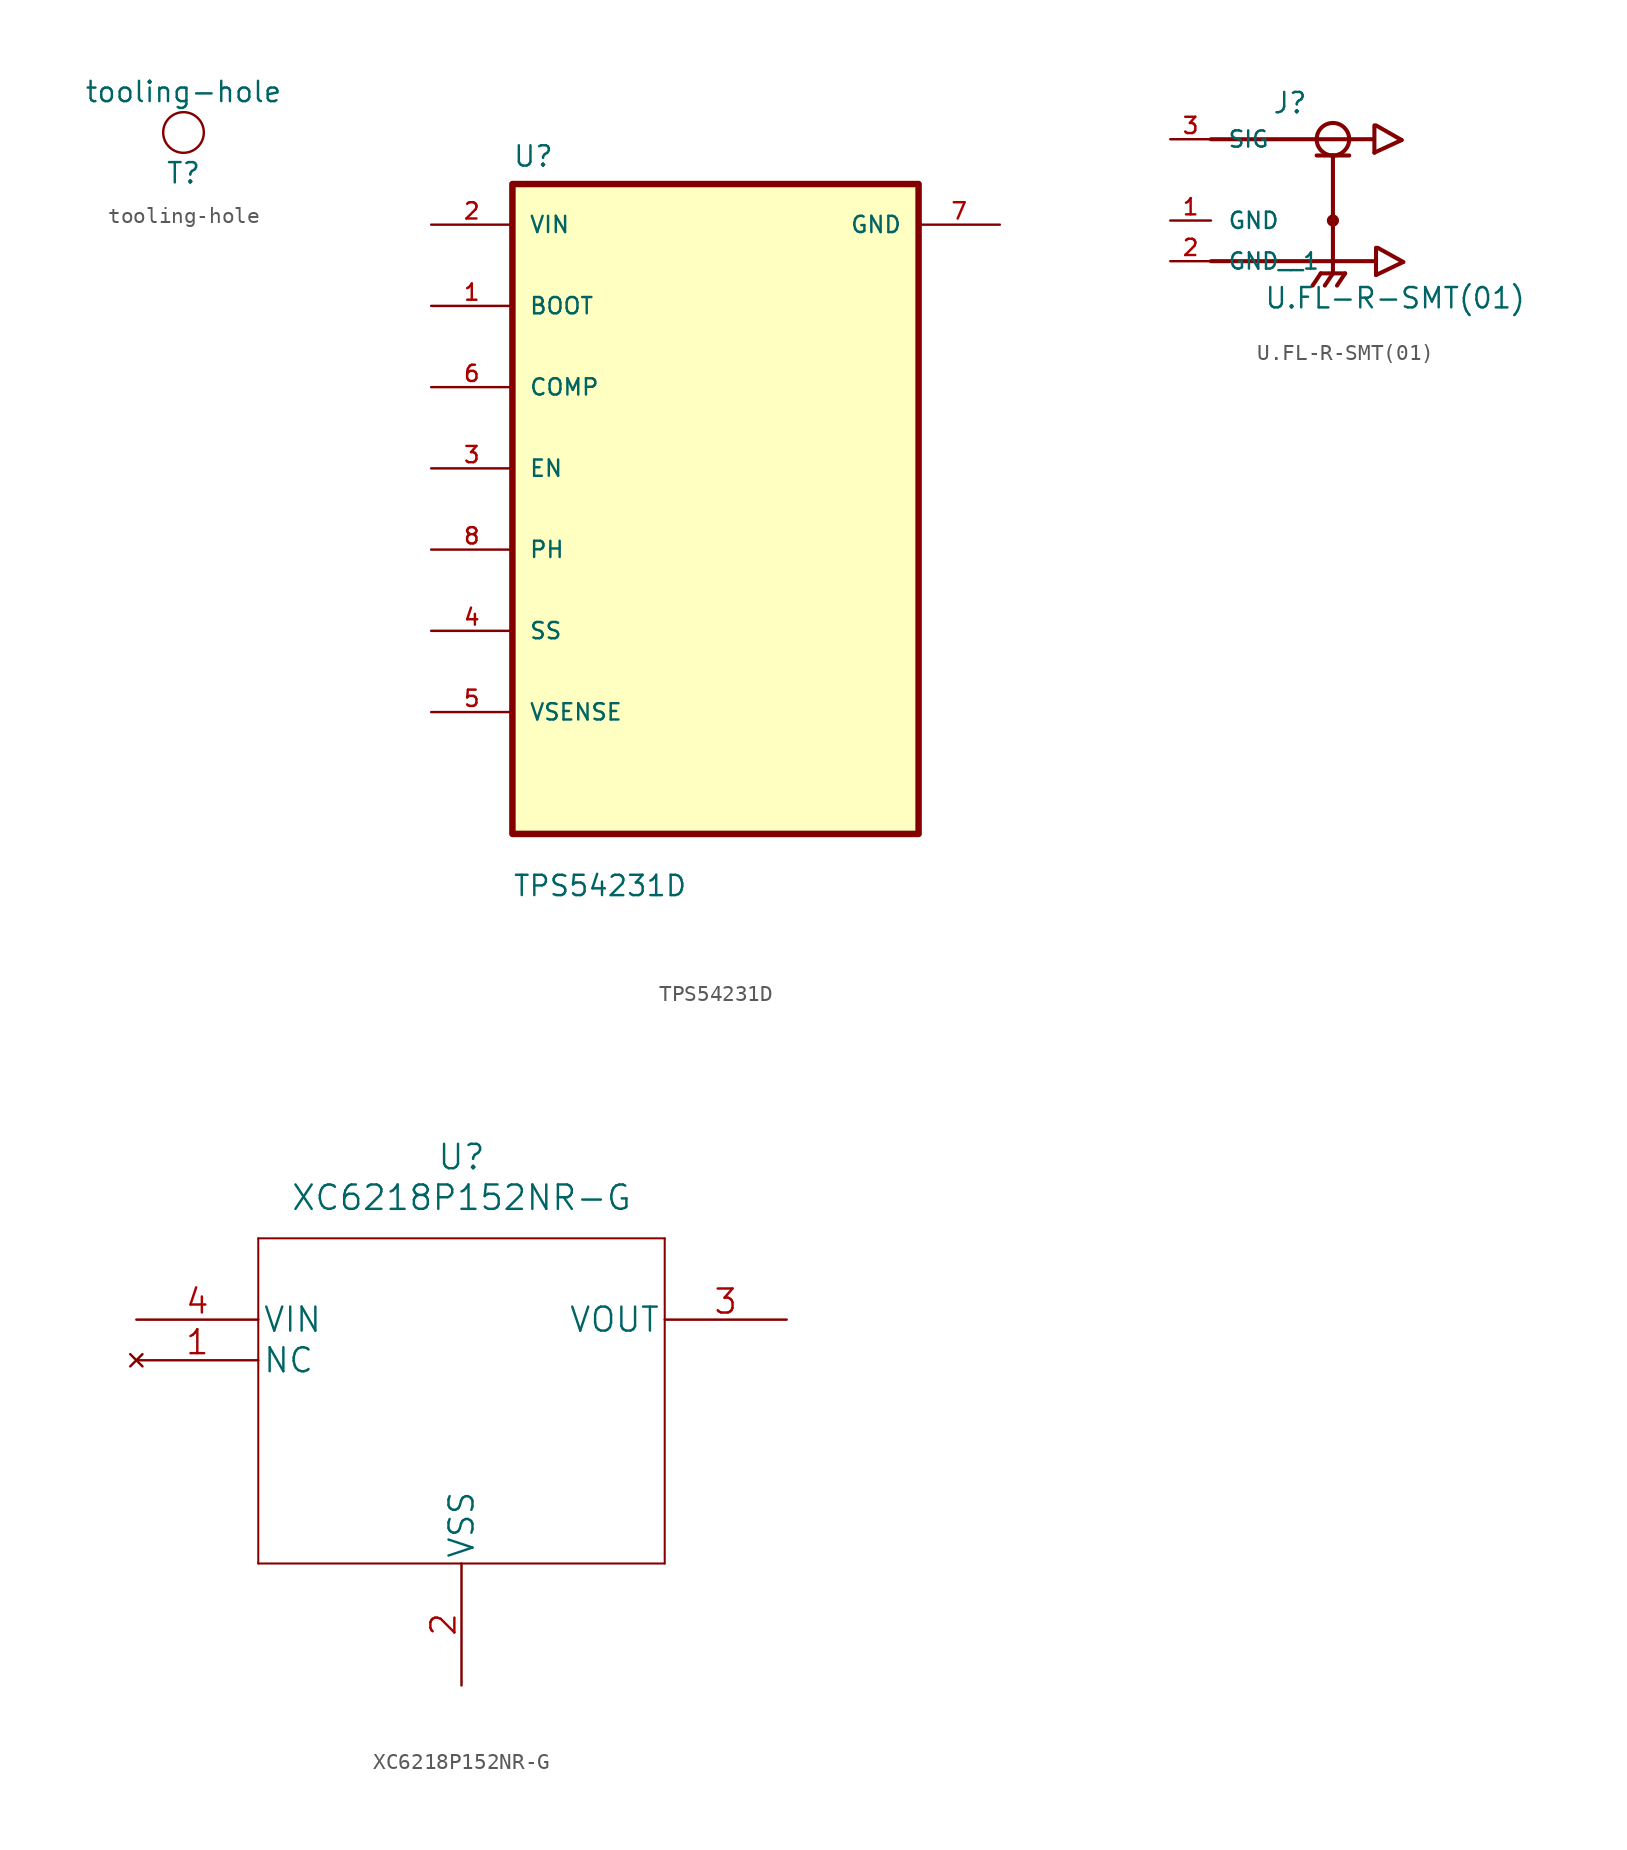
<source format=kicad_sym>
(kicad_symbol_lib
  (version 20211014)
  (generator kicad_symbol_editor)
  (symbol "tooling-hole"
    (pin_numbers hide)
    (pin_names
      (offset 0) hide)
    (property "Reference" "T"
      (at -1.27 -3.81 0)
      (effects (font (size 1.27 1.27))))
    (property "Value" "tooling-hole"
      (at -1.27 1.27 0)
      (effects (font (size 1.27 1.27))))
    (symbol "tooling-hole_0_1"
      (circle (center -1.27 -1.27) (radius 1.27) (stroke (width 0.152) (type default) (color 0 0 0 0)) (fill (type none)))))
  (symbol "TPS54231D"
    (pin_names
      (offset 1.016))
    (property "Reference" "U"
      (at -12.7 21.311 0)
      (effects (font (size 1.27 1.27)) (justify left bottom)))
    (property "Value" "TPS54231D"
      (at -12.7 -24.308 0)
      (effects (font (size 1.27 1.27)) (justify left bottom)))
    (property "ki_locked" ""
      (at 0 0 0)
      (effects (font (size 1.27 1.27))))
    (symbol "TPS54231D_0_0"
      (rectangle (start -12.7 -20.32) (end 12.7 20.32) (stroke (width 0.406) (type default) (color 0 0 0 0)) (fill (type background)))
      (pin bidirectional line (at -17.78 12.7 0) (length 5.08) (name "BOOT" (effects (font (size 1.016 1.016)))) (number "1" (effects (font (size 1.016 1.016)))))
      (pin input line (at -17.78 17.78 0) (length 5.08) (name "VIN" (effects (font (size 1.016 1.016)))) (number "2" (effects (font (size 1.016 1.016)))))
      (pin bidirectional line (at -17.78 2.54 0) (length 5.08) (name "EN" (effects (font (size 1.016 1.016)))) (number "3" (effects (font (size 1.016 1.016)))))
      (pin bidirectional line (at -17.78 -7.62 0) (length 5.08) (name "SS" (effects (font (size 1.016 1.016)))) (number "4" (effects (font (size 1.016 1.016)))))
      (pin bidirectional line (at -17.78 -12.7 0) (length 5.08) (name "VSENSE" (effects (font (size 1.016 1.016)))) (number "5" (effects (font (size 1.016 1.016)))))
      (pin bidirectional line (at -17.78 7.62 0) (length 5.08) (name "COMP" (effects (font (size 1.016 1.016)))) (number "6" (effects (font (size 1.016 1.016)))))
      (pin power_in line (at 17.78 17.78 180) (length 5.08) (name "GND" (effects (font (size 1.016 1.016)))) (number "7" (effects (font (size 1.016 1.016)))))
      (pin bidirectional line (at -17.78 -2.54 0) (length 5.08) (name "PH" (effects (font (size 1.016 1.016)))) (number "8" (effects (font (size 1.016 1.016)))))))
  (symbol "U.FL-R-SMT(01)"
    (pin_names
      (offset 1.016))
    (property "Reference" "J"
      (at -3.81 4.064 0)
      (effects (font (size 1.27 1.27)) (justify left bottom)))
    (property "Value" "U.FL-R-SMT(01)"
      (at -4.318 -8.128 0)
      (effects (font (size 1.27 1.27)) (justify left bottom)))
    (property "ki_locked" ""
      (at 0 0 0)
      (effects (font (size 1.27 1.27))))
    (symbol "U.FL-R-SMT(01)_0_0"
      (circle (center 0 -2.54) (radius 0.254) (stroke (width 0.254) (type default) (color 0 0 0 0)) (fill (type none)))
      (polyline (pts (xy -7.62 -5.08) (xy 0 -5.08)) (stroke (width 0.254) (type default) (color 0 0 0 0)) (fill (type none)))
      (polyline (pts (xy -7.62 2.54) (xy 2.54 2.54)) (stroke (width 0.254) (type default) (color 0 0 0 0)) (fill (type none)))
      (polyline (pts (xy -1.016 1.524) (xy 0 1.524)) (stroke (width 0.254) (type default) (color 0 0 0 0)) (fill (type none)))
      (polyline (pts (xy -0.762 -5.842) (xy -1.27 -6.604)) (stroke (width 0.254) (type default) (color 0 0 0 0)) (fill (type none)))
      (polyline (pts (xy 0 -5.842) (xy -0.762 -5.842)) (stroke (width 0.254) (type default) (color 0 0 0 0)) (fill (type none)))
      (polyline (pts (xy 0 -5.842) (xy -0.508 -6.604)) (stroke (width 0.254) (type default) (color 0 0 0 0)) (fill (type none)))
      (polyline (pts (xy 0 -5.842) (xy 0.762 -5.842)) (stroke (width 0.254) (type default) (color 0 0 0 0)) (fill (type none)))
      (polyline (pts (xy 0 -5.08) (xy 0 -5.842)) (stroke (width 0.254) (type default) (color 0 0 0 0)) (fill (type none)))
      (polyline (pts (xy 0 1.524) (xy 0 -5.08)) (stroke (width 0.254) (type default) (color 0 0 0 0)) (fill (type none)))
      (polyline (pts (xy 0 1.524) (xy 1.016 1.524)) (stroke (width 0.254) (type default) (color 0 0 0 0)) (fill (type none)))
      (polyline (pts (xy 0.762 -5.842) (xy 0.254 -6.604)) (stroke (width 0.254) (type default) (color 0 0 0 0)) (fill (type none)))
      (polyline (pts (xy 2.54 -5.08) (xy 0 -5.08)) (stroke (width 0.254) (type default) (color 0 0 0 0)) (fill (type none)))
      (polyline (pts (xy 2.591 1.702) (xy 4.293 2.489)) (stroke (width 0.254) (type default) (color 0 0 0 0)) (fill (type none)))
      (polyline (pts (xy 2.591 3.404) (xy 2.591 1.702)) (stroke (width 0.254) (type default) (color 0 0 0 0)) (fill (type none)))
      (polyline (pts (xy 2.692 -5.944) (xy 4.394 -5.131)) (stroke (width 0.254) (type default) (color 0 0 0 0)) (fill (type none)))
      (polyline (pts (xy 2.692 -4.242) (xy 2.692 -5.944)) (stroke (width 0.254) (type default) (color 0 0 0 0)) (fill (type none)))
      (polyline (pts (xy 4.293 2.489) (xy 2.692 3.404)) (stroke (width 0.254) (type default) (color 0 0 0 0)) (fill (type none)))
      (polyline (pts (xy 4.394 -5.131) (xy 2.794 -4.242)) (stroke (width 0.254) (type default) (color 0 0 0 0)) (fill (type none)))
      (circle (center 0 2.54) (radius 1.016) (stroke (width 0.254) (type default) (color 0 0 0 0)) (fill (type none)))
      (pin passive line (at -10.16 -2.54 0) (length 2.54) (name "GND" (effects (font (size 1.016 1.016)))) (number "1" (effects (font (size 1.016 1.016)))))
      (pin passive line (at -10.16 -5.08 0) (length 2.54) (name "GND__1" (effects (font (size 1.016 1.016)))) (number "2" (effects (font (size 1.016 1.016)))))
      (pin passive line (at -10.16 2.54 0) (length 2.54) (name "SIG" (effects (font (size 1.016 1.016)))) (number "3" (effects (font (size 1.016 1.016)))))))
  (symbol "XC6218P152NR-G"
    (pin_names
      (offset 0.254))
    (property "Reference" "U"
      (at 20.32 10.16 0)
      (effects (font (size 1.524 1.524))))
    (property "Value" "XC6218P152NR-G"
      (at 20.32 7.62 0)
      (effects (font (size 1.524 1.524))))
    (property "Datasheet" ""
      (at 0 0 0)
      (effects (font (size 1.524 1.524))))
    (property "ki_locked" ""
      (at 0 0 0)
      (effects (font (size 1.27 1.27))))
    (symbol "XC6218P152NR-G_1_1"
      (polyline (pts (xy 7.62 -15.24) (xy 33.02 -15.24)) (stroke (width 0.127) (type default) (color 0 0 0 0)) (fill (type none)))
      (polyline (pts (xy 7.62 5.08) (xy 7.62 -15.24)) (stroke (width 0.127) (type default) (color 0 0 0 0)) (fill (type none)))
      (polyline (pts (xy 33.02 -15.24) (xy 33.02 5.08)) (stroke (width 0.127) (type default) (color 0 0 0 0)) (fill (type none)))
      (polyline (pts (xy 33.02 5.08) (xy 7.62 5.08)) (stroke (width 0.127) (type default) (color 0 0 0 0)) (fill (type none)))
      (pin no_connect line (at 0 -2.54 0) (length 7.62) (name "NC" (effects (font (size 1.499 1.499)))) (number "1" (effects (font (size 1.499 1.499)))))
      (pin power_in line (at 20.32 -22.86 90) (length 7.62) (name "VSS" (effects (font (size 1.499 1.499)))) (number "2" (effects (font (size 1.499 1.499)))))
      (pin output line (at 40.64 0 180) (length 7.62) (name "VOUT" (effects (font (size 1.499 1.499)))) (number "3" (effects (font (size 1.499 1.499)))))
      (pin power_in line (at 0 0 0) (length 7.62) (name "VIN" (effects (font (size 1.499 1.499)))) (number "4" (effects (font (size 1.499 1.499))))))))
</source>
